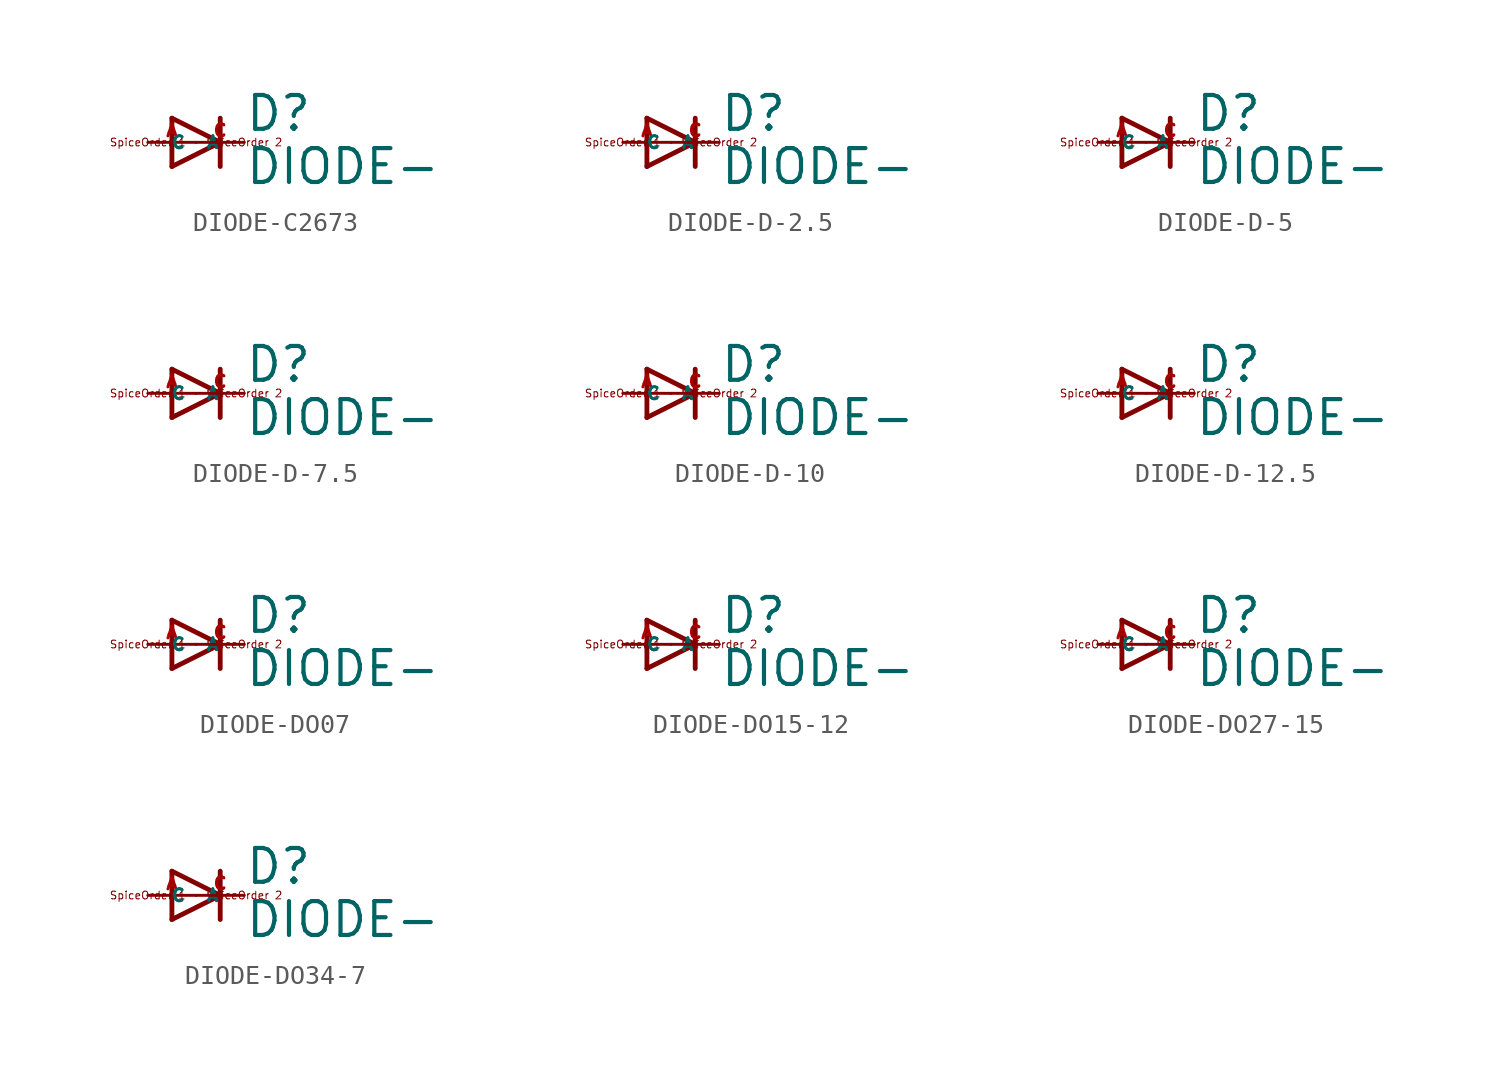
<source format=kicad_sym>
(kicad_symbol_lib
  (version 20220914)
  (generator Eagle2Kicad)
  (symbol "DIODE-C2673"
    (property "Reference" "D"
      (at 2.54 0.483 0)
      (effects (font (size 1.778 1.778) (thickness 0.22)) (justify left bottom)))
    (property "Value" "DIODE-"
      (at 2.54 -2.311 0)
      (effects (font (size 1.778 1.778) (thickness 0.22)) (justify left bottom)))
    (polyline
      (pts (xy -1.27 -1.27) (xy 1.27 0))
      (stroke (width 0.254) (type default))
      (fill (type none)))
    (polyline
      (pts (xy 1.27 0) (xy -1.27 1.27))
      (stroke (width 0.254) (type default))
      (fill (type none)))
    (polyline
      (pts (xy 1.27 1.27) (xy 1.27 0))
      (stroke (width 0.254) (type default))
      (fill (type none)))
    (polyline
      (pts (xy -1.27 1.27) (xy -1.27 -1.27))
      (stroke (width 0.254) (type default))
      (fill (type none)))
    (polyline
      (pts (xy 1.27 0) (xy 1.27 -1.27))
      (stroke (width 0.254) (type default))
      (fill (type none)))
    (text "SpiceOrder 1"
      (at -2.54 0 0)
      (effects (font (size 0.406 0.406) (thickness 0.05))))
    (text "SpiceOrder 2"
      (at 2.54 0 0)
      (effects (font (size 0.406 0.406) (thickness 0.05))))
    (pin passive line
      (at -2.54 0 0)
      (length 2.54)
      (name "A" (effects (font (size 0.635 0.635) (thickness 0.08)) (justify left bottom)))
      (number "A" (effects (font (size 0.635 0.635) (thickness 0.08)) (justify left bottom))))
    (pin passive line
      (at 2.54 0 180)
      (length 2.54)
      (name "C" (effects (font (size 0.635 0.635) (thickness 0.08)) (justify left bottom)))
      (number "C" (effects (font (size 0.635 0.635) (thickness 0.08)) (justify left bottom)))))
  (symbol "DIODE-D-2.5"
    (property "Reference" "D"
      (at 2.54 0.483 0)
      (effects (font (size 1.778 1.778) (thickness 0.22)) (justify left bottom)))
    (property "Value" "DIODE-"
      (at 2.54 -2.311 0)
      (effects (font (size 1.778 1.778) (thickness 0.22)) (justify left bottom)))
    (polyline
      (pts (xy -1.27 -1.27) (xy 1.27 0))
      (stroke (width 0.254) (type default))
      (fill (type none)))
    (polyline
      (pts (xy 1.27 0) (xy -1.27 1.27))
      (stroke (width 0.254) (type default))
      (fill (type none)))
    (polyline
      (pts (xy 1.27 1.27) (xy 1.27 0))
      (stroke (width 0.254) (type default))
      (fill (type none)))
    (polyline
      (pts (xy -1.27 1.27) (xy -1.27 -1.27))
      (stroke (width 0.254) (type default))
      (fill (type none)))
    (polyline
      (pts (xy 1.27 0) (xy 1.27 -1.27))
      (stroke (width 0.254) (type default))
      (fill (type none)))
    (text "SpiceOrder 1"
      (at -2.54 0 0)
      (effects (font (size 0.406 0.406) (thickness 0.05))))
    (text "SpiceOrder 2"
      (at 2.54 0 0)
      (effects (font (size 0.406 0.406) (thickness 0.05))))
    (pin passive line
      (at -2.54 0 0)
      (length 2.54)
      (name "A" (effects (font (size 0.635 0.635) (thickness 0.08)) (justify left bottom)))
      (number "A" (effects (font (size 0.635 0.635) (thickness 0.08)) (justify left bottom))))
    (pin passive line
      (at 2.54 0 180)
      (length 2.54)
      (name "C" (effects (font (size 0.635 0.635) (thickness 0.08)) (justify left bottom)))
      (number "C" (effects (font (size 0.635 0.635) (thickness 0.08)) (justify left bottom)))))
  (symbol "DIODE-D-5"
    (property "Reference" "D"
      (at 2.54 0.483 0)
      (effects (font (size 1.778 1.778) (thickness 0.22)) (justify left bottom)))
    (property "Value" "DIODE-"
      (at 2.54 -2.311 0)
      (effects (font (size 1.778 1.778) (thickness 0.22)) (justify left bottom)))
    (polyline
      (pts (xy -1.27 -1.27) (xy 1.27 0))
      (stroke (width 0.254) (type default))
      (fill (type none)))
    (polyline
      (pts (xy 1.27 0) (xy -1.27 1.27))
      (stroke (width 0.254) (type default))
      (fill (type none)))
    (polyline
      (pts (xy 1.27 1.27) (xy 1.27 0))
      (stroke (width 0.254) (type default))
      (fill (type none)))
    (polyline
      (pts (xy -1.27 1.27) (xy -1.27 -1.27))
      (stroke (width 0.254) (type default))
      (fill (type none)))
    (polyline
      (pts (xy 1.27 0) (xy 1.27 -1.27))
      (stroke (width 0.254) (type default))
      (fill (type none)))
    (text "SpiceOrder 1"
      (at -2.54 0 0)
      (effects (font (size 0.406 0.406) (thickness 0.05))))
    (text "SpiceOrder 2"
      (at 2.54 0 0)
      (effects (font (size 0.406 0.406) (thickness 0.05))))
    (pin passive line
      (at -2.54 0 0)
      (length 2.54)
      (name "A" (effects (font (size 0.635 0.635) (thickness 0.08)) (justify left bottom)))
      (number "A" (effects (font (size 0.635 0.635) (thickness 0.08)) (justify left bottom))))
    (pin passive line
      (at 2.54 0 180)
      (length 2.54)
      (name "C" (effects (font (size 0.635 0.635) (thickness 0.08)) (justify left bottom)))
      (number "C" (effects (font (size 0.635 0.635) (thickness 0.08)) (justify left bottom)))))
  (symbol "DIODE-D-7.5"
    (property "Reference" "D"
      (at 2.54 0.483 0)
      (effects (font (size 1.778 1.778) (thickness 0.22)) (justify left bottom)))
    (property "Value" "DIODE-"
      (at 2.54 -2.311 0)
      (effects (font (size 1.778 1.778) (thickness 0.22)) (justify left bottom)))
    (polyline
      (pts (xy -1.27 -1.27) (xy 1.27 0))
      (stroke (width 0.254) (type default))
      (fill (type none)))
    (polyline
      (pts (xy 1.27 0) (xy -1.27 1.27))
      (stroke (width 0.254) (type default))
      (fill (type none)))
    (polyline
      (pts (xy 1.27 1.27) (xy 1.27 0))
      (stroke (width 0.254) (type default))
      (fill (type none)))
    (polyline
      (pts (xy -1.27 1.27) (xy -1.27 -1.27))
      (stroke (width 0.254) (type default))
      (fill (type none)))
    (polyline
      (pts (xy 1.27 0) (xy 1.27 -1.27))
      (stroke (width 0.254) (type default))
      (fill (type none)))
    (text "SpiceOrder 1"
      (at -2.54 0 0)
      (effects (font (size 0.406 0.406) (thickness 0.05))))
    (text "SpiceOrder 2"
      (at 2.54 0 0)
      (effects (font (size 0.406 0.406) (thickness 0.05))))
    (pin passive line
      (at -2.54 0 0)
      (length 2.54)
      (name "A" (effects (font (size 0.635 0.635) (thickness 0.08)) (justify left bottom)))
      (number "A" (effects (font (size 0.635 0.635) (thickness 0.08)) (justify left bottom))))
    (pin passive line
      (at 2.54 0 180)
      (length 2.54)
      (name "C" (effects (font (size 0.635 0.635) (thickness 0.08)) (justify left bottom)))
      (number "C" (effects (font (size 0.635 0.635) (thickness 0.08)) (justify left bottom)))))
  (symbol "DIODE-D-10"
    (property "Reference" "D"
      (at 2.54 0.483 0)
      (effects (font (size 1.778 1.778) (thickness 0.22)) (justify left bottom)))
    (property "Value" "DIODE-"
      (at 2.54 -2.311 0)
      (effects (font (size 1.778 1.778) (thickness 0.22)) (justify left bottom)))
    (polyline
      (pts (xy -1.27 -1.27) (xy 1.27 0))
      (stroke (width 0.254) (type default))
      (fill (type none)))
    (polyline
      (pts (xy 1.27 0) (xy -1.27 1.27))
      (stroke (width 0.254) (type default))
      (fill (type none)))
    (polyline
      (pts (xy 1.27 1.27) (xy 1.27 0))
      (stroke (width 0.254) (type default))
      (fill (type none)))
    (polyline
      (pts (xy -1.27 1.27) (xy -1.27 -1.27))
      (stroke (width 0.254) (type default))
      (fill (type none)))
    (polyline
      (pts (xy 1.27 0) (xy 1.27 -1.27))
      (stroke (width 0.254) (type default))
      (fill (type none)))
    (text "SpiceOrder 1"
      (at -2.54 0 0)
      (effects (font (size 0.406 0.406) (thickness 0.05))))
    (text "SpiceOrder 2"
      (at 2.54 0 0)
      (effects (font (size 0.406 0.406) (thickness 0.05))))
    (pin passive line
      (at -2.54 0 0)
      (length 2.54)
      (name "A" (effects (font (size 0.635 0.635) (thickness 0.08)) (justify left bottom)))
      (number "A" (effects (font (size 0.635 0.635) (thickness 0.08)) (justify left bottom))))
    (pin passive line
      (at 2.54 0 180)
      (length 2.54)
      (name "C" (effects (font (size 0.635 0.635) (thickness 0.08)) (justify left bottom)))
      (number "C" (effects (font (size 0.635 0.635) (thickness 0.08)) (justify left bottom)))))
  (symbol "DIODE-D-12.5"
    (property "Reference" "D"
      (at 2.54 0.483 0)
      (effects (font (size 1.778 1.778) (thickness 0.22)) (justify left bottom)))
    (property "Value" "DIODE-"
      (at 2.54 -2.311 0)
      (effects (font (size 1.778 1.778) (thickness 0.22)) (justify left bottom)))
    (polyline
      (pts (xy -1.27 -1.27) (xy 1.27 0))
      (stroke (width 0.254) (type default))
      (fill (type none)))
    (polyline
      (pts (xy 1.27 0) (xy -1.27 1.27))
      (stroke (width 0.254) (type default))
      (fill (type none)))
    (polyline
      (pts (xy 1.27 1.27) (xy 1.27 0))
      (stroke (width 0.254) (type default))
      (fill (type none)))
    (polyline
      (pts (xy -1.27 1.27) (xy -1.27 -1.27))
      (stroke (width 0.254) (type default))
      (fill (type none)))
    (polyline
      (pts (xy 1.27 0) (xy 1.27 -1.27))
      (stroke (width 0.254) (type default))
      (fill (type none)))
    (text "SpiceOrder 1"
      (at -2.54 0 0)
      (effects (font (size 0.406 0.406) (thickness 0.05))))
    (text "SpiceOrder 2"
      (at 2.54 0 0)
      (effects (font (size 0.406 0.406) (thickness 0.05))))
    (pin passive line
      (at -2.54 0 0)
      (length 2.54)
      (name "A" (effects (font (size 0.635 0.635) (thickness 0.08)) (justify left bottom)))
      (number "A" (effects (font (size 0.635 0.635) (thickness 0.08)) (justify left bottom))))
    (pin passive line
      (at 2.54 0 180)
      (length 2.54)
      (name "C" (effects (font (size 0.635 0.635) (thickness 0.08)) (justify left bottom)))
      (number "C" (effects (font (size 0.635 0.635) (thickness 0.08)) (justify left bottom)))))
  (symbol "DIODE-DO07"
    (property "Reference" "D"
      (at 2.54 0.483 0)
      (effects (font (size 1.778 1.778) (thickness 0.22)) (justify left bottom)))
    (property "Value" "DIODE-"
      (at 2.54 -2.311 0)
      (effects (font (size 1.778 1.778) (thickness 0.22)) (justify left bottom)))
    (polyline
      (pts (xy -1.27 -1.27) (xy 1.27 0))
      (stroke (width 0.254) (type default))
      (fill (type none)))
    (polyline
      (pts (xy 1.27 0) (xy -1.27 1.27))
      (stroke (width 0.254) (type default))
      (fill (type none)))
    (polyline
      (pts (xy 1.27 1.27) (xy 1.27 0))
      (stroke (width 0.254) (type default))
      (fill (type none)))
    (polyline
      (pts (xy -1.27 1.27) (xy -1.27 -1.27))
      (stroke (width 0.254) (type default))
      (fill (type none)))
    (polyline
      (pts (xy 1.27 0) (xy 1.27 -1.27))
      (stroke (width 0.254) (type default))
      (fill (type none)))
    (text "SpiceOrder 1"
      (at -2.54 0 0)
      (effects (font (size 0.406 0.406) (thickness 0.05))))
    (text "SpiceOrder 2"
      (at 2.54 0 0)
      (effects (font (size 0.406 0.406) (thickness 0.05))))
    (pin passive line
      (at -2.54 0 0)
      (length 2.54)
      (name "A" (effects (font (size 0.635 0.635) (thickness 0.08)) (justify left bottom)))
      (number "A" (effects (font (size 0.635 0.635) (thickness 0.08)) (justify left bottom))))
    (pin passive line
      (at 2.54 0 180)
      (length 2.54)
      (name "C" (effects (font (size 0.635 0.635) (thickness 0.08)) (justify left bottom)))
      (number "C" (effects (font (size 0.635 0.635) (thickness 0.08)) (justify left bottom)))))
  (symbol "DIODE-DO15-12"
    (property "Reference" "D"
      (at 2.54 0.483 0)
      (effects (font (size 1.778 1.778) (thickness 0.22)) (justify left bottom)))
    (property "Value" "DIODE-"
      (at 2.54 -2.311 0)
      (effects (font (size 1.778 1.778) (thickness 0.22)) (justify left bottom)))
    (polyline
      (pts (xy -1.27 -1.27) (xy 1.27 0))
      (stroke (width 0.254) (type default))
      (fill (type none)))
    (polyline
      (pts (xy 1.27 0) (xy -1.27 1.27))
      (stroke (width 0.254) (type default))
      (fill (type none)))
    (polyline
      (pts (xy 1.27 1.27) (xy 1.27 0))
      (stroke (width 0.254) (type default))
      (fill (type none)))
    (polyline
      (pts (xy -1.27 1.27) (xy -1.27 -1.27))
      (stroke (width 0.254) (type default))
      (fill (type none)))
    (polyline
      (pts (xy 1.27 0) (xy 1.27 -1.27))
      (stroke (width 0.254) (type default))
      (fill (type none)))
    (text "SpiceOrder 1"
      (at -2.54 0 0)
      (effects (font (size 0.406 0.406) (thickness 0.05))))
    (text "SpiceOrder 2"
      (at 2.54 0 0)
      (effects (font (size 0.406 0.406) (thickness 0.05))))
    (pin passive line
      (at -2.54 0 0)
      (length 2.54)
      (name "A" (effects (font (size 0.635 0.635) (thickness 0.08)) (justify left bottom)))
      (number "A" (effects (font (size 0.635 0.635) (thickness 0.08)) (justify left bottom))))
    (pin passive line
      (at 2.54 0 180)
      (length 2.54)
      (name "C" (effects (font (size 0.635 0.635) (thickness 0.08)) (justify left bottom)))
      (number "C" (effects (font (size 0.635 0.635) (thickness 0.08)) (justify left bottom)))))
  (symbol "DIODE-DO27-15"
    (property "Reference" "D"
      (at 2.54 0.483 0)
      (effects (font (size 1.778 1.778) (thickness 0.22)) (justify left bottom)))
    (property "Value" "DIODE-"
      (at 2.54 -2.311 0)
      (effects (font (size 1.778 1.778) (thickness 0.22)) (justify left bottom)))
    (polyline
      (pts (xy -1.27 -1.27) (xy 1.27 0))
      (stroke (width 0.254) (type default))
      (fill (type none)))
    (polyline
      (pts (xy 1.27 0) (xy -1.27 1.27))
      (stroke (width 0.254) (type default))
      (fill (type none)))
    (polyline
      (pts (xy 1.27 1.27) (xy 1.27 0))
      (stroke (width 0.254) (type default))
      (fill (type none)))
    (polyline
      (pts (xy -1.27 1.27) (xy -1.27 -1.27))
      (stroke (width 0.254) (type default))
      (fill (type none)))
    (polyline
      (pts (xy 1.27 0) (xy 1.27 -1.27))
      (stroke (width 0.254) (type default))
      (fill (type none)))
    (text "SpiceOrder 1"
      (at -2.54 0 0)
      (effects (font (size 0.406 0.406) (thickness 0.05))))
    (text "SpiceOrder 2"
      (at 2.54 0 0)
      (effects (font (size 0.406 0.406) (thickness 0.05))))
    (pin passive line
      (at -2.54 0 0)
      (length 2.54)
      (name "A" (effects (font (size 0.635 0.635) (thickness 0.08)) (justify left bottom)))
      (number "A" (effects (font (size 0.635 0.635) (thickness 0.08)) (justify left bottom))))
    (pin passive line
      (at 2.54 0 180)
      (length 2.54)
      (name "C" (effects (font (size 0.635 0.635) (thickness 0.08)) (justify left bottom)))
      (number "C" (effects (font (size 0.635 0.635) (thickness 0.08)) (justify left bottom)))))
  (symbol "DIODE-DO34-7"
    (property "Reference" "D"
      (at 2.54 0.483 0)
      (effects (font (size 1.778 1.778) (thickness 0.22)) (justify left bottom)))
    (property "Value" "DIODE-"
      (at 2.54 -2.311 0)
      (effects (font (size 1.778 1.778) (thickness 0.22)) (justify left bottom)))
    (polyline
      (pts (xy -1.27 -1.27) (xy 1.27 0))
      (stroke (width 0.254) (type default))
      (fill (type none)))
    (polyline
      (pts (xy 1.27 0) (xy -1.27 1.27))
      (stroke (width 0.254) (type default))
      (fill (type none)))
    (polyline
      (pts (xy 1.27 1.27) (xy 1.27 0))
      (stroke (width 0.254) (type default))
      (fill (type none)))
    (polyline
      (pts (xy -1.27 1.27) (xy -1.27 -1.27))
      (stroke (width 0.254) (type default))
      (fill (type none)))
    (polyline
      (pts (xy 1.27 0) (xy 1.27 -1.27))
      (stroke (width 0.254) (type default))
      (fill (type none)))
    (text "SpiceOrder 1"
      (at -2.54 0 0)
      (effects (font (size 0.406 0.406) (thickness 0.05))))
    (text "SpiceOrder 2"
      (at 2.54 0 0)
      (effects (font (size 0.406 0.406) (thickness 0.05))))
    (pin passive line
      (at -2.54 0 0)
      (length 2.54)
      (name "A" (effects (font (size 0.635 0.635) (thickness 0.08)) (justify left bottom)))
      (number "A" (effects (font (size 0.635 0.635) (thickness 0.08)) (justify left bottom))))
    (pin passive line
      (at 2.54 0 180)
      (length 2.54)
      (name "C" (effects (font (size 0.635 0.635) (thickness 0.08)) (justify left bottom)))
      (number "C" (effects (font (size 0.635 0.635) (thickness 0.08)) (justify left bottom))))))
</source>
